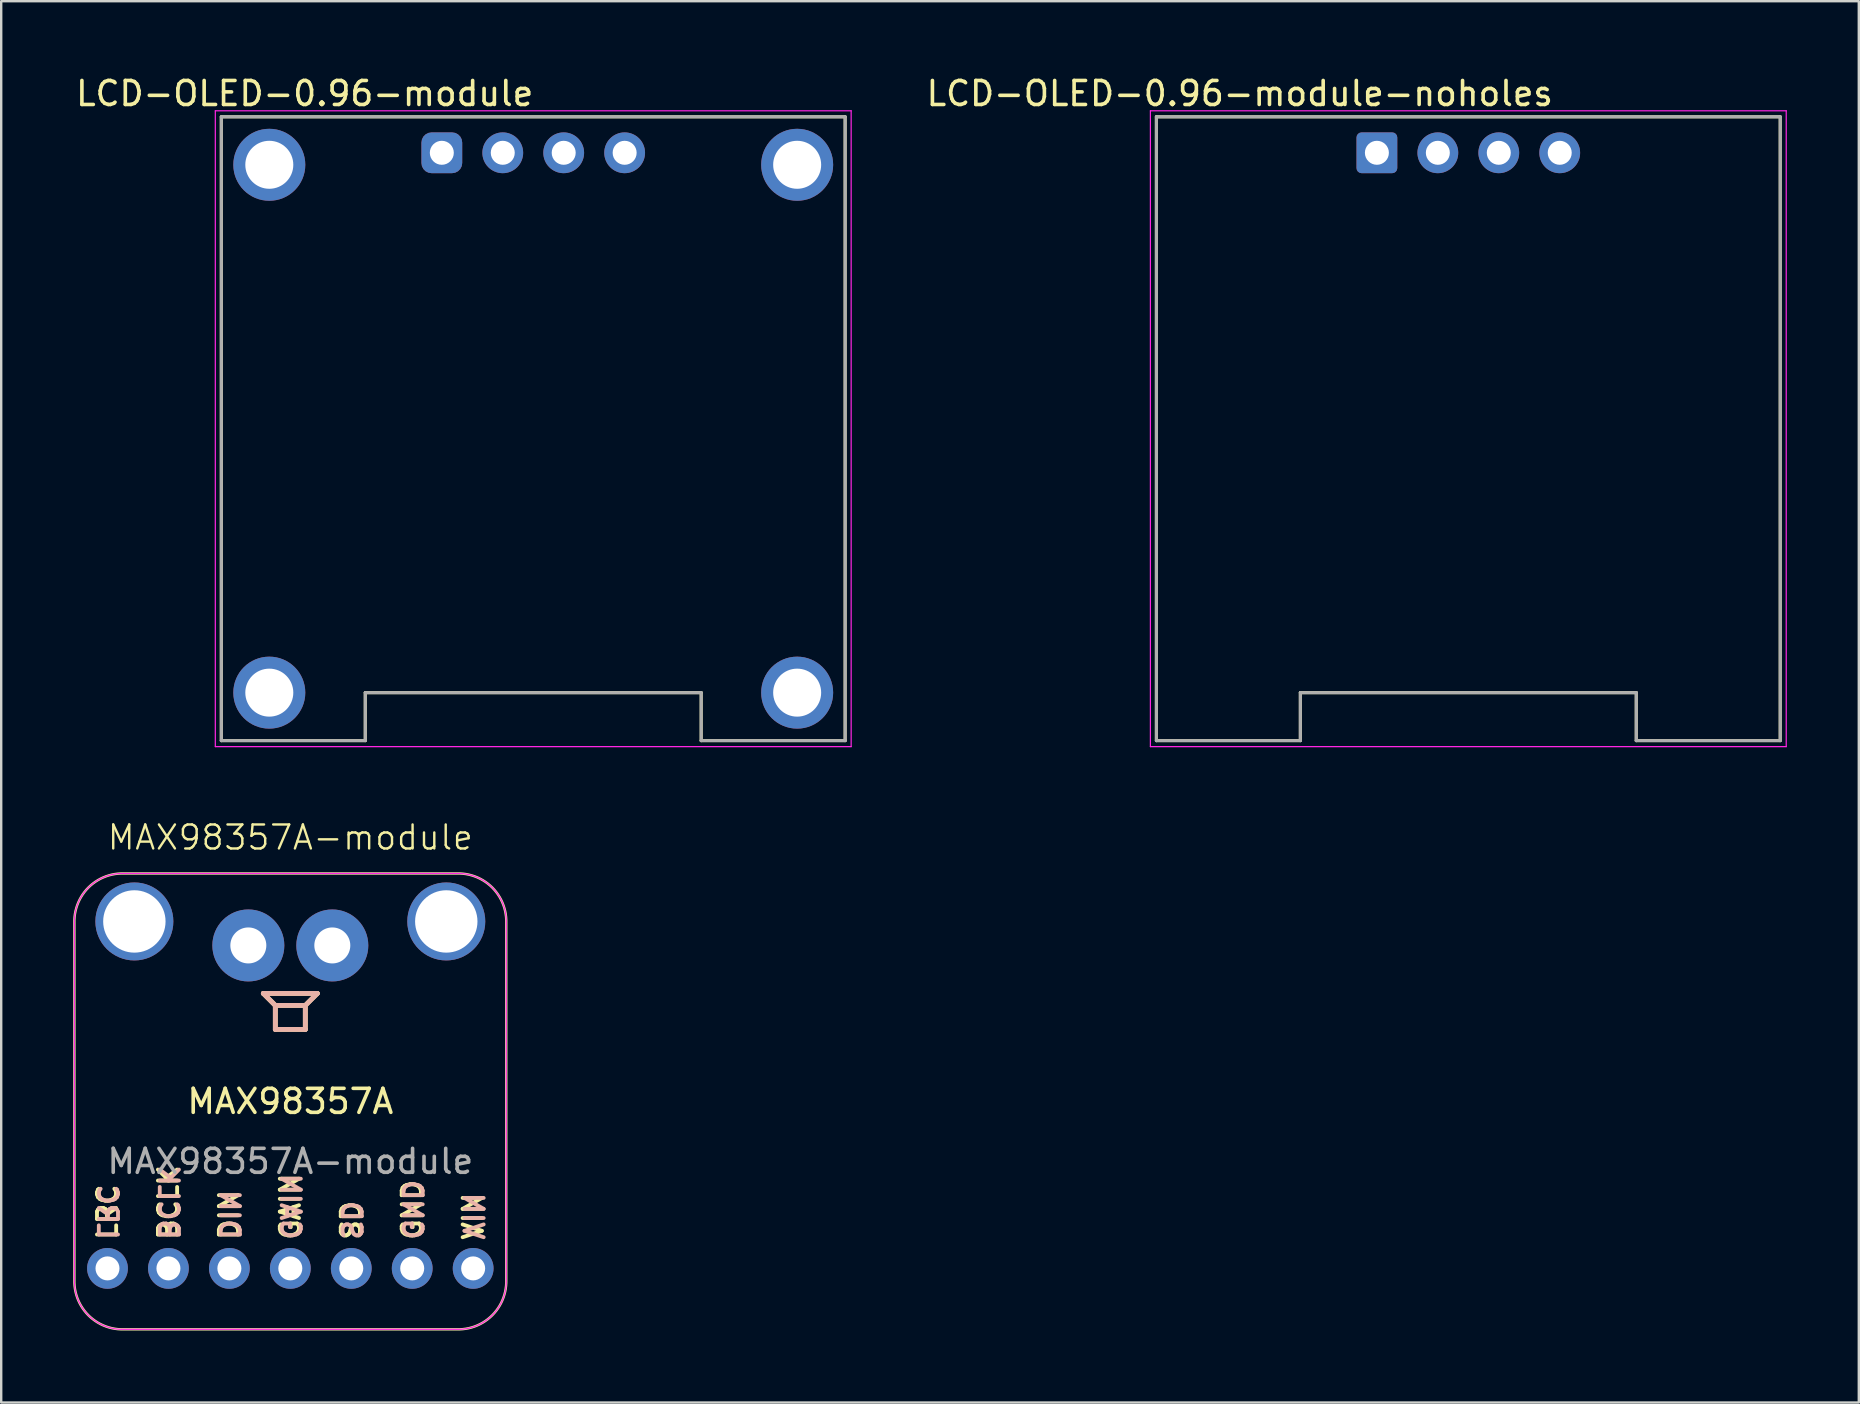
<source format=kicad_pcb>
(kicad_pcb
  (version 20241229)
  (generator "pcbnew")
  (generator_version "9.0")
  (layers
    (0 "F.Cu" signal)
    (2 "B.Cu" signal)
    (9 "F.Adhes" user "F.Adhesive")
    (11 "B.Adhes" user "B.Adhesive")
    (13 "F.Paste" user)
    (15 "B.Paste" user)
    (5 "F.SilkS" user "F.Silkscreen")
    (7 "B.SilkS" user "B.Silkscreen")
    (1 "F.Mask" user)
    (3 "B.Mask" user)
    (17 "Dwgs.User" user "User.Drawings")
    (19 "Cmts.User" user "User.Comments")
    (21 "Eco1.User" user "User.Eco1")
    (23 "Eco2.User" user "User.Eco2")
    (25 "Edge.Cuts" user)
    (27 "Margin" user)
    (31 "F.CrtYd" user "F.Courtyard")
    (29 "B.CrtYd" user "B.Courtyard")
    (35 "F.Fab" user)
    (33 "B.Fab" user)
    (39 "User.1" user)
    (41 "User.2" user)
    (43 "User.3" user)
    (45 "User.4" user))
  (footprint "LCD-OLED-0.96-module-noholes"
    (layer "F.Cu")
    (at 58.146 14.818)
    (property "Reference" "LCD-OLED-0.96-module-noholes" (at -9.525 -13.97 0) (layer "F.SilkS") (effects (font (size 1 1) (thickness 0.15))))
    (attr through_hole)
    (fp_line (start -13 -13) (end 13 -13) (stroke (width 0.127) (type solid)) (layer "F.SilkS"))
    (fp_line (start -13 13) (end -13 -13) (stroke (width 0.127) (type solid)) (layer "F.SilkS"))
    (fp_line (start -7 11) (end -7 13) (stroke (width 0.127) (type solid)) (layer "F.SilkS"))
    (fp_line (start -7 13) (end -13 13) (stroke (width 0.127) (type solid)) (layer "F.SilkS"))
    (fp_line (start 7 11) (end -7 11) (stroke (width 0.127) (type solid)) (layer "F.SilkS"))
    (fp_line (start 7 13) (end 7 11) (stroke (width 0.127) (type solid)) (layer "F.SilkS"))
    (fp_line (start 13 -13) (end 13 13) (stroke (width 0.127) (type solid)) (layer "F.SilkS"))
    (fp_line (start 13 13) (end 7 13) (stroke (width 0.127) (type solid)) (layer "F.SilkS"))
    (fp_line (start -13.25 -13.25) (end 13.25 -13.25) (stroke (width 0.05) (type solid)) (layer "F.CrtYd"))
    (fp_line (start -13.25 13.25) (end -13.25 -13.25) (stroke (width 0.05) (type solid)) (layer "F.CrtYd"))
    (fp_line (start 13.25 -13.25) (end 13.25 13.25) (stroke (width 0.05) (type solid)) (layer "F.CrtYd"))
    (fp_line (start 13.25 13.25) (end -13.25 13.25) (stroke (width 0.05) (type solid)) (layer "F.CrtYd"))
    (fp_line (start -13 -13) (end 13 -13) (stroke (width 0.127) (type solid)) (layer "F.Fab"))
    (fp_line (start -13 13) (end -13 -13) (stroke (width 0.127) (type solid)) (layer "F.Fab"))
    (fp_line (start -7 11) (end 7 11) (stroke (width 0.127) (type solid)) (layer "F.Fab"))
    (fp_line (start -7 13) (end -13 13) (stroke (width 0.127) (type solid)) (layer "F.Fab"))
    (fp_line (start -7 13) (end -7 11) (stroke (width 0.127) (type solid)) (layer "F.Fab"))
    (fp_line (start 7 11) (end 7 13) (stroke (width 0.127) (type solid)) (layer "F.Fab"))
    (fp_line (start 13 -13) (end 13 13) (stroke (width 0.127) (type solid)) (layer "F.Fab"))
    (fp_line (start 13 13) (end 7 13) (stroke (width 0.127) (type solid)) (layer "F.Fab"))
    (pad "1" thru_hole roundrect (at -3.81 -11.5) (size 1.7 1.7) (drill 1) (layers "*.Cu" "*.Mask") (roundrect_rratio 0.125))
    (pad "2" thru_hole circle (at -1.27 -11.5) (size 1.7 1.7) (drill 1) (layers "*.Cu" "*.Mask"))
    (pad "3" thru_hole circle (at 1.27 -11.5) (size 1.7 1.7) (drill 1) (layers "*.Cu" "*.Mask"))
    (pad "4" thru_hole circle (at 3.81 -11.5) (size 1.7 1.7) (drill 1) (layers "*.Cu" "*.Mask")))
  (footprint "LCD-OLED-0.96-module"
    (layer "F.Cu")
    (at 19.174 14.818)
    (property "Reference" "LCD-OLED-0.96-module" (at -9.525 -13.97 0) (layer "F.SilkS") (effects (font (size 1 1) (thickness 0.15))))
    (attr through_hole)
    (fp_line (start -13 -13) (end 13 -13) (stroke (width 0.127) (type solid)) (layer "F.SilkS"))
    (fp_line (start -13 13) (end -13 -13) (stroke (width 0.127) (type solid)) (layer "F.SilkS"))
    (fp_line (start -7 11) (end -7 13) (stroke (width 0.127) (type solid)) (layer "F.SilkS"))
    (fp_line (start -7 13) (end -13 13) (stroke (width 0.127) (type solid)) (layer "F.SilkS"))
    (fp_line (start 7 11) (end -7 11) (stroke (width 0.127) (type solid)) (layer "F.SilkS"))
    (fp_line (start 7 13) (end 7 11) (stroke (width 0.127) (type solid)) (layer "F.SilkS"))
    (fp_line (start 13 -13) (end 13 13) (stroke (width 0.127) (type solid)) (layer "F.SilkS"))
    (fp_line (start 13 13) (end 7 13) (stroke (width 0.127) (type solid)) (layer "F.SilkS"))
    (fp_line (start -13.25 -13.25) (end 13.25 -13.25) (stroke (width 0.05) (type solid)) (layer "F.CrtYd"))
    (fp_line (start -13.25 13.25) (end -13.25 -13.25) (stroke (width 0.05) (type solid)) (layer "F.CrtYd"))
    (fp_line (start 13.25 -13.25) (end 13.25 13.25) (stroke (width 0.05) (type solid)) (layer "F.CrtYd"))
    (fp_line (start 13.25 13.25) (end -13.25 13.25) (stroke (width 0.05) (type solid)) (layer "F.CrtYd"))
    (fp_line (start -13 -13) (end 13 -13) (stroke (width 0.127) (type solid)) (layer "F.Fab"))
    (fp_line (start -13 13) (end -13 -13) (stroke (width 0.127) (type solid)) (layer "F.Fab"))
    (fp_line (start -7 11) (end 7 11) (stroke (width 0.127) (type solid)) (layer "F.Fab"))
    (fp_line (start -7 13) (end -13 13) (stroke (width 0.127) (type solid)) (layer "F.Fab"))
    (fp_line (start -7 13) (end -7 11) (stroke (width 0.127) (type solid)) (layer "F.Fab"))
    (fp_line (start 7 11) (end 7 13) (stroke (width 0.127) (type solid)) (layer "F.Fab"))
    (fp_line (start 13 -13) (end 13 13) (stroke (width 0.127) (type solid)) (layer "F.Fab"))
    (fp_line (start 13 13) (end 7 13) (stroke (width 0.127) (type solid)) (layer "F.Fab"))
    (pad "1" thru_hole roundrect (at -3.81 -11.5) (size 1.7 1.7) (drill 1) (layers "*.Cu" "*.Mask") (roundrect_rratio 0.25))
    (pad "2" thru_hole circle (at -1.27 -11.5) (size 1.7 1.7) (drill 1) (layers "*.Cu" "*.Mask"))
    (pad "3" thru_hole circle (at 1.27 -11.5) (size 1.7 1.7) (drill 1) (layers "*.Cu" "*.Mask"))
    (pad "4" thru_hole circle (at 3.81 -11.5) (size 1.7 1.7) (drill 1) (layers "*.Cu" "*.Mask"))
    (pad "S1" thru_hole circle (at -11 -11) (size 3 3) (drill 2) (layers "*.Cu" "*.Mask"))
    (pad "S2" thru_hole circle (at 11 -11) (size 3 3) (drill 2) (layers "*.Cu" "*.Mask"))
    (pad "S3" thru_hole circle (at 11 11) (size 3 3) (drill 2) (layers "*.Cu" "*.Mask"))
    (pad "S4" thru_hole circle (at -11 11) (size 3 3) (drill 2) (layers "*.Cu" "*.Mask")))
  (footprint "MAX98357A-module"
    (layer "F.Cu")
    (at 9.05 42.854)
    (property "Reference" "MAX98357A-module" (at 0 -11 0) (unlocked yes) (layer "F.SilkS") (effects (font (size 1 1) (thickness 0.1))))
    (attr through_hole)
    (fp_line (start -1.125 -4.5) (end -0.625 -4) (stroke (width 0.2) (type default)) (layer "F.SilkS"))
    (fp_line (start -0.625 -4) (end 0.625 -4) (stroke (width 0.2) (type default)) (layer "F.SilkS"))
    (fp_line (start -0.625 -3) (end -0.625 -4) (stroke (width 0.2) (type default)) (layer "F.SilkS"))
    (fp_line (start 0.625 -4) (end 0.625 -3) (stroke (width 0.2) (type default)) (layer "F.SilkS"))
    (fp_line (start 0.625 -4) (end 1.125 -4.5) (stroke (width 0.2) (type default)) (layer "F.SilkS"))
    (fp_line (start 0.625 -3) (end -0.625 -3) (stroke (width 0.2) (type default)) (layer "F.SilkS"))
    (fp_line (start 1.125 -4.5) (end -1.125 -4.5) (stroke (width 0.2) (type default)) (layer "F.SilkS"))
    (fp_poly (pts (arc (start 9 -7.5) (mid 8.414214 -8.914214) (end 7 -9.5)) (arc (start -7 -9.5) (mid -8.414214 -8.914214) (end -9 -7.5)) (arc (start -9 7.5) (mid -8.414214 8.914214) (end -7 9.5)) (arc (start 7 9.5) (mid 8.414214 8.914214) (end 9 7.5))) (stroke (width 0.1) (type solid)) (fill no) (layer "F.SilkS"))
    (fp_line (start -1.125 -4.5) (end -0.625 -4) (stroke (width 0.2) (type default)) (layer "B.SilkS"))
    (fp_line (start -0.625 -4) (end 0.625 -4) (stroke (width 0.2) (type default)) (layer "B.SilkS"))
    (fp_line (start -0.625 -3) (end -0.625 -4) (stroke (width 0.2) (type default)) (layer "B.SilkS"))
    (fp_line (start 0.625 -4) (end 0.625 -3) (stroke (width 0.2) (type default)) (layer "B.SilkS"))
    (fp_line (start 0.625 -4) (end 1.125 -4.5) (stroke (width 0.2) (type default)) (layer "B.SilkS"))
    (fp_line (start 0.625 -3) (end -0.625 -3) (stroke (width 0.2) (type default)) (layer "B.SilkS"))
    (fp_line (start 1.125 -4.5) (end -1.125 -4.5) (stroke (width 0.2) (type default)) (layer "B.SilkS"))
    (fp_poly (pts (arc (start 9 -7.5) (mid 8.414214 -8.914214) (end 7 -9.5)) (arc (start -7 -9.5) (mid -8.414214 -8.914214) (end -9 -7.5)) (arc (start -9 7.5) (mid -8.414214 8.914214) (end -7 9.5)) (arc (start 7 9.5) (mid 8.414214 8.914214) (end 9 7.5))) (stroke (width 0.05) (type solid)) (fill no) (layer "F.CrtYd"))
    (fp_text user "DIN" (at -2.54 5.842 90) (unlocked yes) (layer "F.SilkS") (effects (font (size 0.8 0.8) (thickness 0.16)) (justify left)))
    (fp_text user "GAIN" (at 0 5.842 90) (unlocked yes) (layer "F.SilkS") (effects (font (size 0.8 0.8) (thickness 0.16)) (justify left)))
    (fp_text user "BCLK" (at -5.08 5.842 90) (unlocked yes) (layer "F.SilkS") (effects (font (size 0.8 0.8) (thickness 0.16)) (justify left)))
    (fp_text user "VIN" (at 7.62 5.842 90) (unlocked yes) (layer "F.SilkS") (effects (font (size 0.8 0.8) (thickness 0.16)) (justify left)))
    (fp_text user "SD" (at 2.54 5.842 90) (unlocked yes) (layer "F.SilkS") (effects (font (size 0.8 0.8) (thickness 0.16)) (justify left)))
    (fp_text user "MAX98357A" (at 0 0 0) (unlocked yes) (layer "F.SilkS") (effects (font (size 1 1) (thickness 0.15))))
    (fp_text user "GND" (at 5.08 5.842 90) (unlocked yes) (layer "F.SilkS") (effects (font (size 0.8 0.8) (thickness 0.16)) (justify left)))
    (fp_text user "LRC" (at -7.62 5.842 90) (unlocked yes) (layer "F.SilkS") (effects (font (size 0.8 0.8) (thickness 0.16)) (justify left)))
    (fp_text user "VIN" (at 7.62 5.842 270) (unlocked yes) (layer "B.SilkS") (effects (font (size 0.8 0.8) (thickness 0.16)) (justify left mirror)))
    (fp_text user "BCLK" (at -5.08 5.842 270) (unlocked yes) (layer "B.SilkS") (effects (font (size 0.8 0.8) (thickness 0.16)) (justify left mirror)))
    (fp_text user "GND" (at 5.08 5.842 270) (unlocked yes) (layer "B.SilkS") (effects (font (size 0.8 0.8) (thickness 0.16)) (justify left mirror)))
    (fp_text user "LRC" (at -7.62 5.842 270) (unlocked yes) (layer "B.SilkS") (effects (font (size 0.8 0.8) (thickness 0.16)) (justify left mirror)))
    (fp_text user "DIN" (at -2.54 5.842 270) (unlocked yes) (layer "B.SilkS") (effects (font (size 0.8 0.8) (thickness 0.16)) (justify left mirror)))
    (fp_text user "SD" (at 2.54 5.842 270) (unlocked yes) (layer "B.SilkS") (effects (font (size 0.8 0.8) (thickness 0.16)) (justify left mirror)))
    (fp_text user "GAIN" (at 0 5.842 270) (unlocked yes) (layer "B.SilkS") (effects (font (size 0.8 0.8) (thickness 0.16)) (justify left mirror)))
    (fp_text user "${REFERENCE}" (at 0 2.5 0) (unlocked yes) (layer "F.Fab") (effects (font (size 1 1) (thickness 0.15))))
    (pad "" np_thru_hole circle (at -6.5 -7.5) (size 3.25 3.25) (drill 2.6) (layers "*.Cu" "*.Mask"))
    (pad "" np_thru_hole circle (at 6.5 -7.5) (size 3.25 3.25) (drill 2.6) (layers "*.Cu" "*.Mask"))
    (pad "1" thru_hole circle (at 7.62 6.96) (size 1.7 1.7) (drill 1) (layers "*.Cu" "*.Mask"))
    (pad "2" thru_hole circle (at 5.08 6.96) (size 1.7 1.7) (drill 1) (layers "*.Cu" "*.Mask"))
    (pad "3" thru_hole circle (at 2.54 6.96) (size 1.7 1.7) (drill 1) (layers "*.Cu" "*.Mask"))
    (pad "4" thru_hole circle (at 0 6.96) (size 1.7 1.7) (drill 1) (layers "*.Cu" "*.Mask"))
    (pad "5" thru_hole circle (at -2.54 6.96) (size 1.7 1.7) (drill 1) (layers "*.Cu" "*.Mask"))
    (pad "6" thru_hole circle (at -5.08 6.96) (size 1.7 1.7) (drill 1) (layers "*.Cu" "*.Mask"))
    (pad "7" thru_hole circle (at -7.62 6.96) (size 1.7 1.7) (drill 1) (layers "*.Cu" "*.Mask"))
    (pad "S1" thru_hole oval (at -1.75 -6.5) (size 3 3) (drill oval 1.5) (layers "*.Cu" "*.Mask"))
    (pad "S2" thru_hole oval (at 1.75 -6.5) (size 3 3) (drill oval 1.5) (layers "*.Cu" "*.Mask")))
  (gr_rect
    (start -3 -3)
    (end 74.421 55.404)
    (stroke (width 0.1) (type default))
    (fill no)
    (layer "Edge.Cuts")))
</source>
